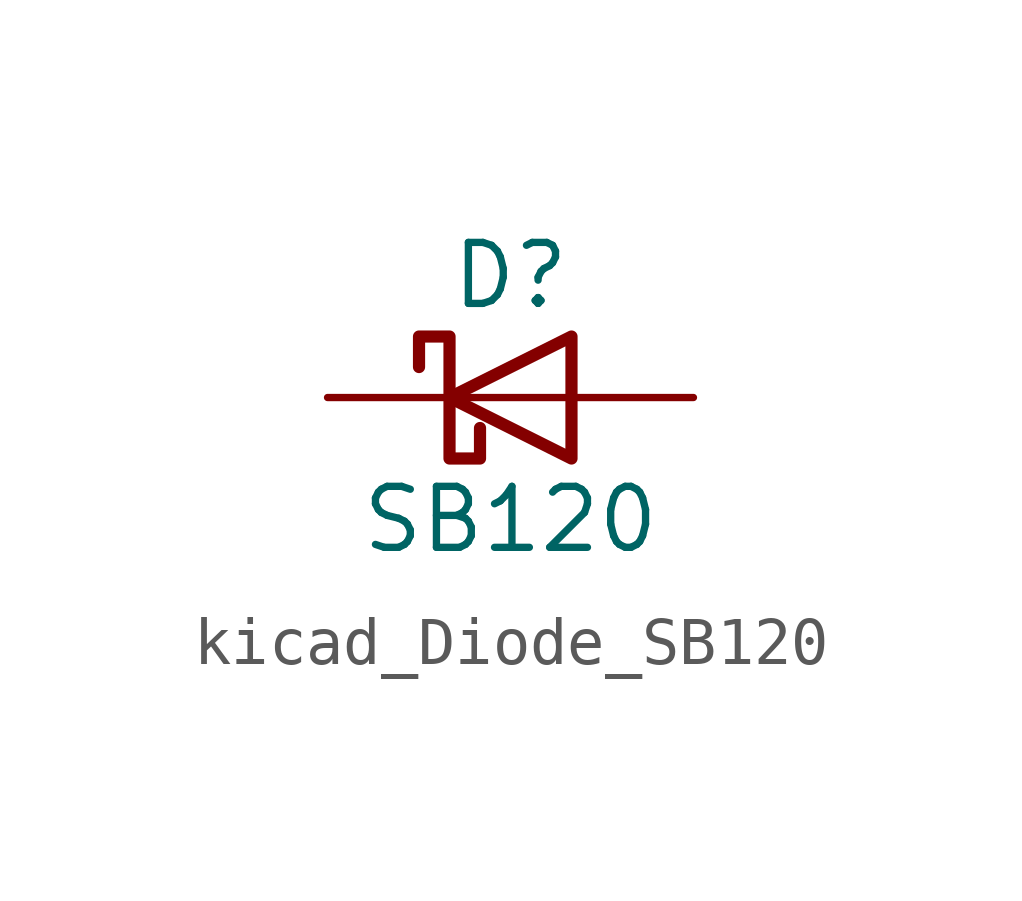
<source format=kicad_sym>
(kicad_symbol_lib
  (version 20220914)
  (generator kicad_symbol_editor)
  (symbol "kicad_Diode_SB120"
    (pin_numbers hide)
    (pin_names
      (offset 1.016) hide)
    (property "Reference" "D"
      (at 0 2.54 0)
      (effects (font (size 1.27 1.27))))
    (property "Value" "SB120"
      (at 0 -2.54 0)
      (effects (font (size 1.27 1.27))))
    (symbol "kicad_Diode_SB120_0_1"
      (polyline (pts (xy 1.27 0) (xy -1.27 0)) (stroke (width 0) (type default)) (fill (type none)))
      (polyline (pts (xy 1.27 1.27) (xy 1.27 -1.27) (xy -1.27 0) (xy 1.27 1.27)) (stroke (width 0.254) (type default)) (fill (type none)))
      (polyline (pts (xy -1.905 0.635) (xy -1.905 1.27) (xy -1.27 1.27) (xy -1.27 -1.27) (xy -0.635 -1.27) (xy -0.635 -0.635)) (stroke (width 0.254) (type default)) (fill (type none))))
    (symbol "kicad_Diode_SB120_1_1"
      (pin passive line (at -3.81 0 0) (length 2.54) (name "K" (effects (font (size 1.27 1.27)))) (number "1" (effects (font (size 1.27 1.27)))))
      (pin passive line (at 3.81 0 180) (length 2.54) (name "A" (effects (font (size 1.27 1.27)))) (number "2" (effects (font (size 1.27 1.27))))))))
</source>
